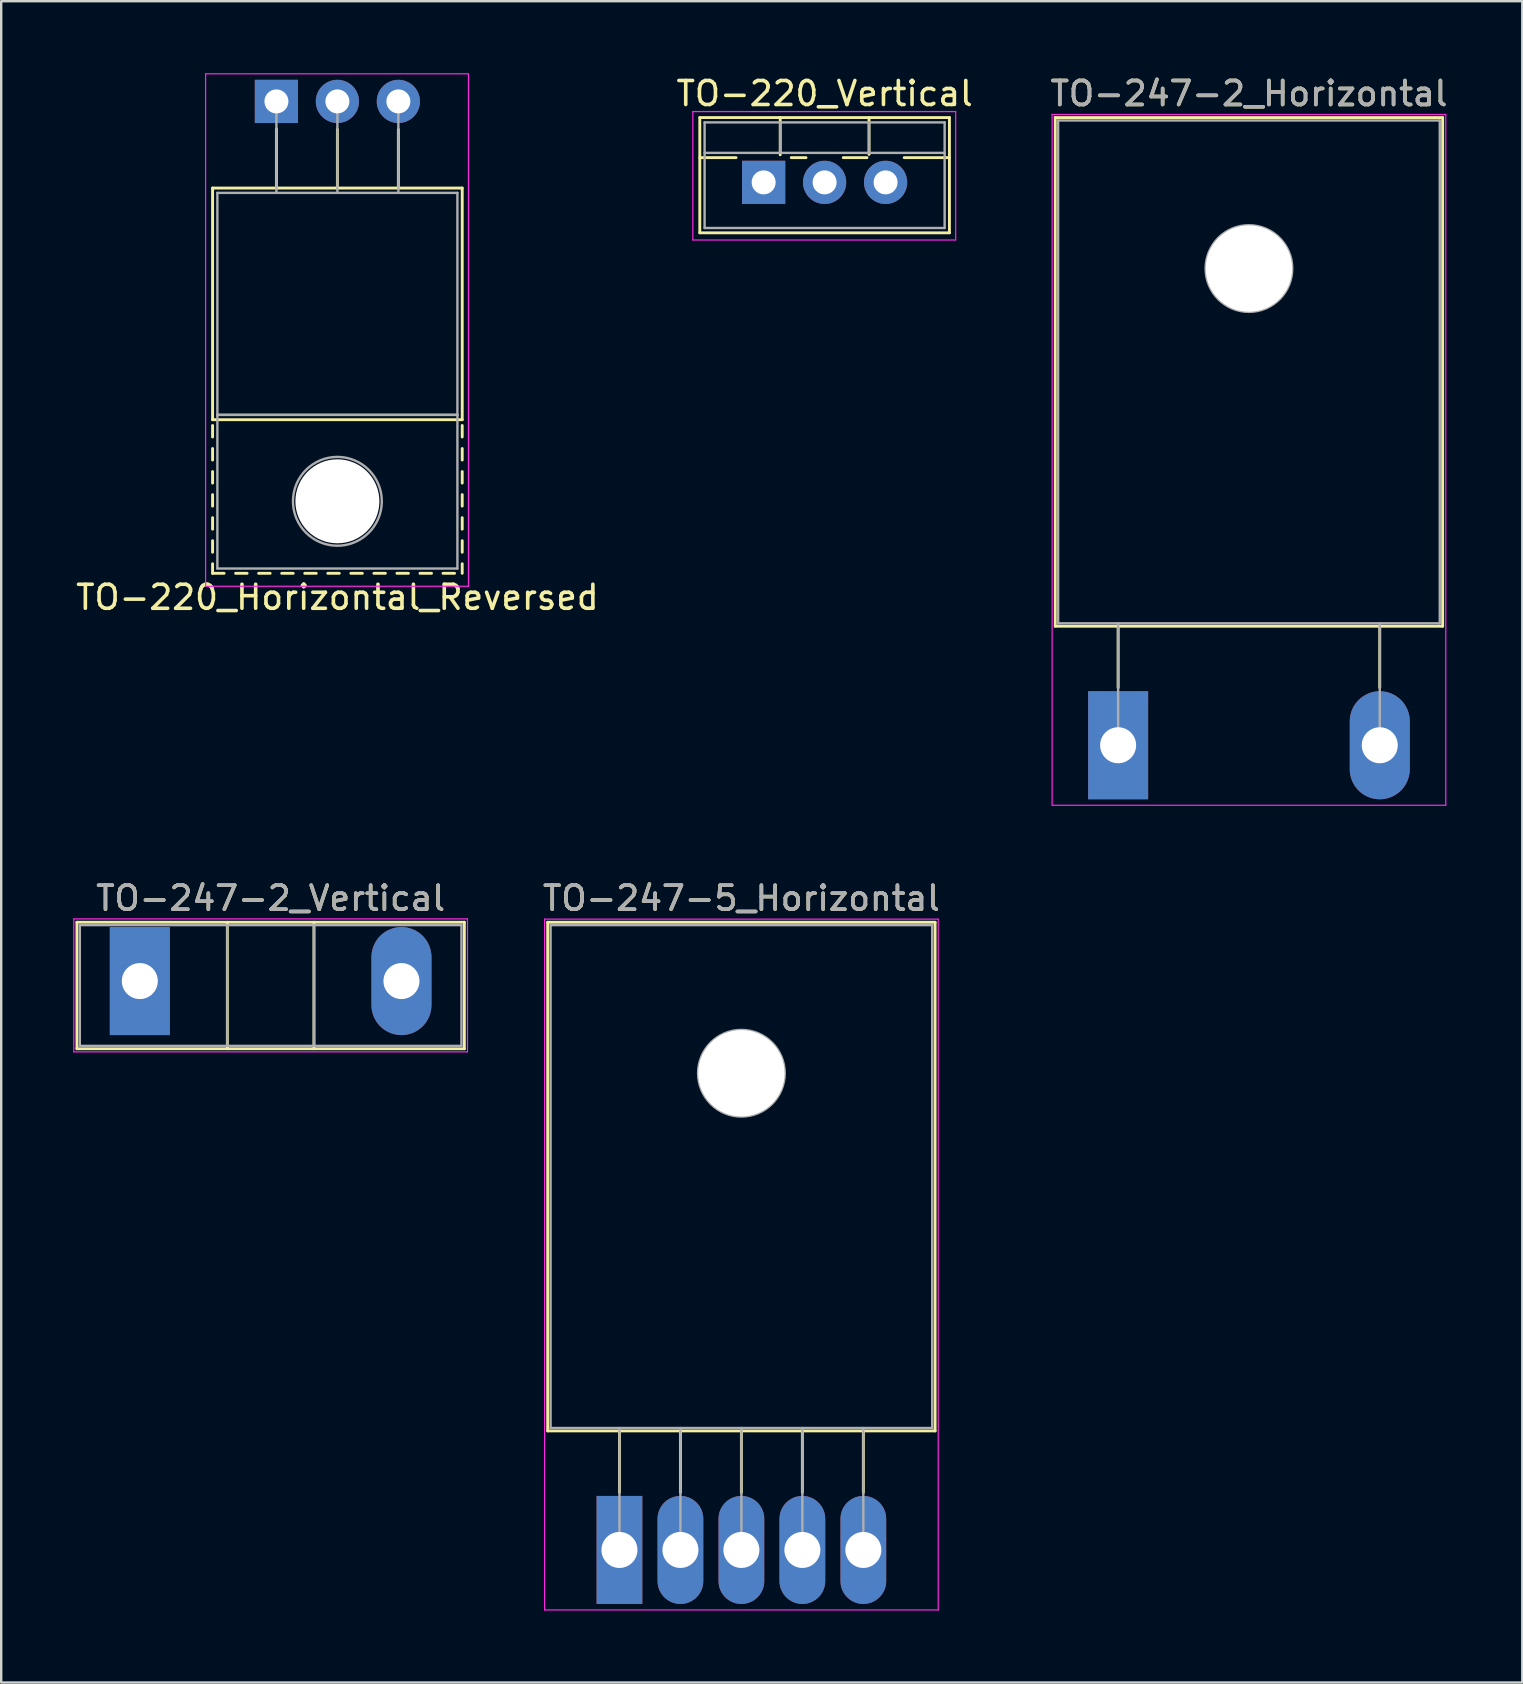
<source format=kicad_pcb>
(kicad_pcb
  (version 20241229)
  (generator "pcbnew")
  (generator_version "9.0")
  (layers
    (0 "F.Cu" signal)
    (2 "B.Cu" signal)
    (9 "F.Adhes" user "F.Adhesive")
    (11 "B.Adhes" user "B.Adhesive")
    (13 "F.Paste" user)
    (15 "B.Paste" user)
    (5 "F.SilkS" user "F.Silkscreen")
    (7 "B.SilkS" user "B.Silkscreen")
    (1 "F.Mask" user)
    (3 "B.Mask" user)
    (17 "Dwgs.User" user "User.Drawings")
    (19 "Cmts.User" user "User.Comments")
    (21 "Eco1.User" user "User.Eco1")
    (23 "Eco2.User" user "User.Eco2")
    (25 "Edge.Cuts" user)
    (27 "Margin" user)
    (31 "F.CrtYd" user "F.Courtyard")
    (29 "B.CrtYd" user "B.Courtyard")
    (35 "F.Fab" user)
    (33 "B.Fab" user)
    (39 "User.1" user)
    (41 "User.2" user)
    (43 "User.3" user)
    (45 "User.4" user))
  (footprint "TO-247-2_Vertical"
    (layer "F.Cu")
    (at 2.775 37.822)
    (property "Reference" "TO-247-2_Vertical" (at 5.45 -3.45 0) (layer "F.SilkS") (effects (font (size 1 1) (thickness 0.15))))
    (attr through_hole)
    (fp_line (start -2.62 -2.451) (end -2.62 2.82) (stroke (width 0.12) (type solid)) (layer "F.SilkS"))
    (fp_line (start -2.62 -2.451) (end 13.52 -2.451) (stroke (width 0.12) (type solid)) (layer "F.SilkS"))
    (fp_line (start -2.62 2.82) (end 13.52 2.82) (stroke (width 0.12) (type solid)) (layer "F.SilkS"))
    (fp_line (start 3.646 -2.451) (end 3.646 2.82) (stroke (width 0.12) (type solid)) (layer "F.SilkS"))
    (fp_line (start 7.255 -2.451) (end 7.255 2.82) (stroke (width 0.12) (type solid)) (layer "F.SilkS"))
    (fp_line (start 13.52 -2.451) (end 13.52 2.82) (stroke (width 0.12) (type solid)) (layer "F.SilkS"))
    (fp_line (start -2.75 -2.59) (end -2.75 2.95) (stroke (width 0.05) (type solid)) (layer "F.CrtYd"))
    (fp_line (start -2.75 2.95) (end 13.65 2.95) (stroke (width 0.05) (type solid)) (layer "F.CrtYd"))
    (fp_line (start 13.65 -2.59) (end -2.75 -2.59) (stroke (width 0.05) (type solid)) (layer "F.CrtYd"))
    (fp_line (start 13.65 2.95) (end 13.65 -2.59) (stroke (width 0.05) (type solid)) (layer "F.CrtYd"))
    (fp_line (start -2.5 -2.33) (end -2.5 2.7) (stroke (width 0.1) (type solid)) (layer "F.Fab"))
    (fp_line (start -2.5 2.7) (end 13.4 2.7) (stroke (width 0.1) (type solid)) (layer "F.Fab"))
    (fp_line (start 3.645 -2.33) (end 3.645 2.7) (stroke (width 0.1) (type solid)) (layer "F.Fab"))
    (fp_line (start 7.255 -2.33) (end 7.255 2.7) (stroke (width 0.1) (type solid)) (layer "F.Fab"))
    (fp_line (start 13.4 -2.33) (end -2.5 -2.33) (stroke (width 0.1) (type solid)) (layer "F.Fab"))
    (fp_line (start 13.4 2.7) (end 13.4 -2.33) (stroke (width 0.1) (type solid)) (layer "F.Fab"))
    (fp_text user "${REFERENCE}" (at 5.45 -3.45 0) (layer "F.Fab") (effects (font (size 1 1) (thickness 0.15))))
    (pad "1" thru_hole rect (at 0 0) (size 2.5 4.5) (drill 1.5) (layers "*.Cu" "*.Mask"))
    (pad "2" thru_hole oval (at 10.9 0) (size 2.5 4.5) (drill 1.5) (layers "*.Cu" "*.Mask")))
  (footprint "TO-247-5_Horizontal"
    (layer "F.Cu")
    (at 22.757 61.522)
    (property "Reference" "TO-247-5_Horizontal" (at 5.08 -27.15 0) (layer "F.SilkS") (effects (font (size 1 1) (thickness 0.15))))
    (attr through_hole)
    (fp_line (start -2.99 -26.15) (end -2.99 -4.96) (stroke (width 0.12) (type solid)) (layer "F.SilkS"))
    (fp_line (start -2.99 -26.15) (end 13.15 -26.15) (stroke (width 0.12) (type solid)) (layer "F.SilkS"))
    (fp_line (start -2.99 -4.96) (end 13.15 -4.96) (stroke (width 0.12) (type solid)) (layer "F.SilkS"))
    (fp_line (start 0 -4.96) (end 0 -2.4) (stroke (width 0.12) (type solid)) (layer "F.SilkS"))
    (fp_line (start 2.54 -4.96) (end 2.54 -2.4) (stroke (width 0.12) (type solid)) (layer "F.SilkS"))
    (fp_line (start 5.08 -4.96) (end 5.08 -2.4) (stroke (width 0.12) (type solid)) (layer "F.SilkS"))
    (fp_line (start 7.62 -4.96) (end 7.62 -2.4) (stroke (width 0.12) (type solid)) (layer "F.SilkS"))
    (fp_line (start 10.16 -4.96) (end 10.16 -2.4) (stroke (width 0.12) (type solid)) (layer "F.SilkS"))
    (fp_line (start 13.15 -26.15) (end 13.15 -4.96) (stroke (width 0.12) (type solid)) (layer "F.SilkS"))
    (fp_line (start -3.12 -26.28) (end -3.12 2.5) (stroke (width 0.05) (type solid)) (layer "F.CrtYd"))
    (fp_line (start -3.12 2.5) (end 13.28 2.5) (stroke (width 0.05) (type solid)) (layer "F.CrtYd"))
    (fp_line (start 13.28 -26.28) (end -3.12 -26.28) (stroke (width 0.05) (type solid)) (layer "F.CrtYd"))
    (fp_line (start 13.28 2.5) (end 13.28 -26.28) (stroke (width 0.05) (type solid)) (layer "F.CrtYd"))
    (fp_line (start -2.87 -26.03) (end 13.03 -26.03) (stroke (width 0.1) (type solid)) (layer "F.Fab"))
    (fp_line (start -2.87 -5.08) (end -2.87 -26.03) (stroke (width 0.1) (type solid)) (layer "F.Fab"))
    (fp_line (start 0 -5.08) (end 0 0) (stroke (width 0.1) (type solid)) (layer "F.Fab"))
    (fp_line (start 2.54 -5.08) (end 2.54 0) (stroke (width 0.1) (type solid)) (layer "F.Fab"))
    (fp_line (start 5.08 -5.08) (end 5.08 0) (stroke (width 0.1) (type solid)) (layer "F.Fab"))
    (fp_line (start 7.62 -5.08) (end 7.62 0) (stroke (width 0.1) (type solid)) (layer "F.Fab"))
    (fp_line (start 10.16 -5.08) (end 10.16 0) (stroke (width 0.1) (type solid)) (layer "F.Fab"))
    (fp_line (start 13.03 -26.03) (end 13.03 -5.08) (stroke (width 0.1) (type solid)) (layer "F.Fab"))
    (fp_line (start 13.03 -5.08) (end -2.87 -5.08) (stroke (width 0.1) (type solid)) (layer "F.Fab"))
    (fp_circle (center 5.08 -19.86) (end 6.885 -19.86) (stroke (width 0.1) (type solid)) (fill no) (layer "F.Fab"))
    (fp_text user "${REFERENCE}" (at 5.08 -27.15 0) (layer "F.Fab") (effects (font (size 1 1) (thickness 0.15))))
    (pad "" np_thru_hole oval (at 5.08 -19.86) (size 3.6 3.6) (drill 3.6) (layers "*.Cu" "*.Mask"))
    (pad "1" thru_hole rect (at 0 0) (size 1.905 4.5) (drill 1.5) (layers "*.Cu" "*.Mask"))
    (pad "2" thru_hole oval (at 2.54 0) (size 1.905 4.5) (drill 1.5) (layers "*.Cu" "*.Mask"))
    (pad "3" thru_hole oval (at 5.08 0) (size 1.905 4.5) (drill 1.5) (layers "*.Cu" "*.Mask"))
    (pad "4" thru_hole oval (at 7.62 0) (size 1.905 4.5) (drill 1.5) (layers "*.Cu" "*.Mask"))
    (pad "5" thru_hole oval (at 10.16 0) (size 1.905 4.5) (drill 1.5) (layers "*.Cu" "*.Mask")))
  (footprint "TO-220_Vertical"
    (layer "F.Cu")
    (at 28.764 4.548)
    (property "Reference" "TO-220_Vertical" (at 2.54 -3.7 0) (layer "F.SilkS") (effects (font (size 1 1) (thickness 0.15))))
    (attr through_hole)
    (fp_line (start -2.66 -2.7) (end -2.66 2.101) (stroke (width 0.12) (type solid)) (layer "F.SilkS"))
    (fp_line (start -2.66 -2.7) (end 7.74 -2.7) (stroke (width 0.12) (type solid)) (layer "F.SilkS"))
    (fp_line (start -2.66 -1.031) (end -1.15 -1.031) (stroke (width 0.12) (type solid)) (layer "F.SilkS"))
    (fp_line (start -2.66 2.101) (end 7.74 2.101) (stroke (width 0.12) (type solid)) (layer "F.SilkS"))
    (fp_line (start 0.69 -2.7) (end 0.69 -1.15) (stroke (width 0.12) (type solid)) (layer "F.SilkS"))
    (fp_line (start 1.15 -1.031) (end 1.765 -1.031) (stroke (width 0.12) (type solid)) (layer "F.SilkS"))
    (fp_line (start 3.316 -1.031) (end 4.305 -1.031) (stroke (width 0.12) (type solid)) (layer "F.SilkS"))
    (fp_line (start 4.391 -2.7) (end 4.391 -1.165) (stroke (width 0.12) (type solid)) (layer "F.SilkS"))
    (fp_line (start 5.856 -1.031) (end 7.74 -1.031) (stroke (width 0.12) (type solid)) (layer "F.SilkS"))
    (fp_line (start 7.74 -2.7) (end 7.74 2.101) (stroke (width 0.12) (type solid)) (layer "F.SilkS"))
    (fp_line (start -2.95 -2.95) (end -2.95 2.4) (stroke (width 0.05) (type solid)) (layer "F.CrtYd"))
    (fp_line (start -2.95 2.4) (end 8 2.4) (stroke (width 0.05) (type solid)) (layer "F.CrtYd"))
    (fp_line (start 8 -2.95) (end -2.95 -2.95) (stroke (width 0.05) (type solid)) (layer "F.CrtYd"))
    (fp_line (start 8 2.4) (end 8 -2.95) (stroke (width 0.05) (type solid)) (layer "F.CrtYd"))
    (fp_line (start -2.46 -2.5) (end -2.46 1.9) (stroke (width 0.1) (type solid)) (layer "F.Fab"))
    (fp_line (start -2.46 -1.23) (end 7.54 -1.23) (stroke (width 0.1) (type solid)) (layer "F.Fab"))
    (fp_line (start -2.46 1.9) (end 7.54 1.9) (stroke (width 0.1) (type solid)) (layer "F.Fab"))
    (fp_line (start 0.69 -2.5) (end 0.69 -1.23) (stroke (width 0.1) (type solid)) (layer "F.Fab"))
    (fp_line (start 4.39 -2.5) (end 4.39 -1.23) (stroke (width 0.1) (type solid)) (layer "F.Fab"))
    (fp_line (start 7.54 -2.5) (end -2.46 -2.5) (stroke (width 0.1) (type solid)) (layer "F.Fab"))
    (fp_line (start 7.54 1.9) (end 7.54 -2.5) (stroke (width 0.1) (type solid)) (layer "F.Fab"))
    (pad "1" thru_hole rect (at 0 0) (size 1.8 1.8) (drill 1) (layers "*.Cu" "*.Mask"))
    (pad "2" thru_hole oval (at 2.54 0) (size 1.8 1.8) (drill 1) (layers "*.Cu" "*.Mask"))
    (pad "3" thru_hole oval (at 5.08 0) (size 1.8 1.8) (drill 1) (layers "*.Cu" "*.Mask")))
  (footprint "TO-220_Horizontal_Reversed"
    (layer "F.Cu")
    (at 8.466 1.175)
    (property "Reference" "TO-220_Horizontal_Reversed" (at 2.54 20.66 0) (layer "F.SilkS") (effects (font (size 1 1) (thickness 0.15))))
    (attr through_hole)
    (fp_line (start -2.66 3.61) (end -2.66 13.26) (stroke (width 0.12) (type solid)) (layer "F.SilkS"))
    (fp_line (start -2.66 3.61) (end 7.74 3.61) (stroke (width 0.12) (type solid)) (layer "F.SilkS"))
    (fp_line (start -2.66 13.26) (end 7.74 13.26) (stroke (width 0.12) (type solid)) (layer "F.SilkS"))
    (fp_line (start -2.66 13.5) (end -2.66 13.98) (stroke (width 0.12) (type solid)) (layer "F.SilkS"))
    (fp_line (start -2.66 14.46) (end -2.66 14.941) (stroke (width 0.12) (type solid)) (layer "F.SilkS"))
    (fp_line (start -2.66 15.421) (end -2.66 15.901) (stroke (width 0.12) (type solid)) (layer "F.SilkS"))
    (fp_line (start -2.66 16.381) (end -2.66 16.861) (stroke (width 0.12) (type solid)) (layer "F.SilkS"))
    (fp_line (start -2.66 17.341) (end -2.66 17.821) (stroke (width 0.12) (type solid)) (layer "F.SilkS"))
    (fp_line (start -2.66 18.301) (end -2.66 18.781) (stroke (width 0.12) (type solid)) (layer "F.SilkS"))
    (fp_line (start -2.66 19.261) (end -2.66 19.66) (stroke (width 0.12) (type solid)) (layer "F.SilkS"))
    (fp_line (start -2.66 19.66) (end -2.18 19.66) (stroke (width 0.12) (type solid)) (layer "F.SilkS"))
    (fp_line (start -1.701 19.66) (end -1.221 19.66) (stroke (width 0.12) (type solid)) (layer "F.SilkS"))
    (fp_line (start -0.741 19.66) (end -0.261 19.66) (stroke (width 0.12) (type solid)) (layer "F.SilkS"))
    (fp_line (start 0 1.15) (end 0 3.61) (stroke (width 0.12) (type solid)) (layer "F.SilkS"))
    (fp_line (start 0.22 19.66) (end 0.7 19.66) (stroke (width 0.12) (type solid)) (layer "F.SilkS"))
    (fp_line (start 1.18 19.66) (end 1.66 19.66) (stroke (width 0.12) (type solid)) (layer "F.SilkS"))
    (fp_line (start 2.14 19.66) (end 2.62 19.66) (stroke (width 0.12) (type solid)) (layer "F.SilkS"))
    (fp_line (start 2.54 1.165) (end 2.54 3.61) (stroke (width 0.12) (type solid)) (layer "F.SilkS"))
    (fp_line (start 3.1 19.66) (end 3.58 19.66) (stroke (width 0.12) (type solid)) (layer "F.SilkS"))
    (fp_line (start 4.06 19.66) (end 4.54 19.66) (stroke (width 0.12) (type solid)) (layer "F.SilkS"))
    (fp_line (start 5.02 19.66) (end 5.5 19.66) (stroke (width 0.12) (type solid)) (layer "F.SilkS"))
    (fp_line (start 5.08 1.165) (end 5.08 3.61) (stroke (width 0.12) (type solid)) (layer "F.SilkS"))
    (fp_line (start 5.98 19.66) (end 6.461 19.66) (stroke (width 0.12) (type solid)) (layer "F.SilkS"))
    (fp_line (start 6.941 19.66) (end 7.421 19.66) (stroke (width 0.12) (type solid)) (layer "F.SilkS"))
    (fp_line (start 7.74 3.61) (end 7.74 13.26) (stroke (width 0.12) (type solid)) (layer "F.SilkS"))
    (fp_line (start 7.74 13.5) (end 7.74 13.98) (stroke (width 0.12) (type solid)) (layer "F.SilkS"))
    (fp_line (start 7.74 14.46) (end 7.74 14.941) (stroke (width 0.12) (type solid)) (layer "F.SilkS"))
    (fp_line (start 7.74 15.421) (end 7.74 15.901) (stroke (width 0.12) (type solid)) (layer "F.SilkS"))
    (fp_line (start 7.74 16.381) (end 7.74 16.861) (stroke (width 0.12) (type solid)) (layer "F.SilkS"))
    (fp_line (start 7.74 17.341) (end 7.74 17.821) (stroke (width 0.12) (type solid)) (layer "F.SilkS"))
    (fp_line (start 7.74 18.301) (end 7.74 18.781) (stroke (width 0.12) (type solid)) (layer "F.SilkS"))
    (fp_line (start 7.74 19.261) (end 7.74 19.66) (stroke (width 0.12) (type solid)) (layer "F.SilkS"))
    (fp_line (start -2.95 -1.15) (end -2.95 20.2) (stroke (width 0.05) (type solid)) (layer "F.CrtYd"))
    (fp_line (start -2.95 20.2) (end 8 20.2) (stroke (width 0.05) (type solid)) (layer "F.CrtYd"))
    (fp_line (start 8 -1.15) (end -2.95 -1.15) (stroke (width 0.05) (type solid)) (layer "F.CrtYd"))
    (fp_line (start 8 20.2) (end 8 -1.15) (stroke (width 0.05) (type solid)) (layer "F.CrtYd"))
    (fp_line (start -2.46 3.81) (end -2.46 13.06) (stroke (width 0.1) (type solid)) (layer "F.Fab"))
    (fp_line (start -2.46 13.06) (end -2.46 19.46) (stroke (width 0.1) (type solid)) (layer "F.Fab"))
    (fp_line (start -2.46 13.06) (end 7.54 13.06) (stroke (width 0.1) (type solid)) (layer "F.Fab"))
    (fp_line (start -2.46 19.46) (end 7.54 19.46) (stroke (width 0.1) (type solid)) (layer "F.Fab"))
    (fp_line (start 0 3.81) (end 0 0) (stroke (width 0.1) (type solid)) (layer "F.Fab"))
    (fp_line (start 2.54 3.81) (end 2.54 0) (stroke (width 0.1) (type solid)) (layer "F.Fab"))
    (fp_line (start 5.08 3.81) (end 5.08 0) (stroke (width 0.1) (type solid)) (layer "F.Fab"))
    (fp_line (start 7.54 3.81) (end -2.46 3.81) (stroke (width 0.1) (type solid)) (layer "F.Fab"))
    (fp_line (start 7.54 13.06) (end -2.46 13.06) (stroke (width 0.1) (type solid)) (layer "F.Fab"))
    (fp_line (start 7.54 13.06) (end 7.54 3.81) (stroke (width 0.1) (type solid)) (layer "F.Fab"))
    (fp_line (start 7.54 19.46) (end 7.54 13.06) (stroke (width 0.1) (type solid)) (layer "F.Fab"))
    (fp_circle (center 2.54 16.66) (end 4.39 16.66) (stroke (width 0.1) (type solid)) (fill no) (layer "F.Fab"))
    (pad "" np_thru_hole oval (at 2.54 16.66) (size 3.5 3.5) (drill 3.5) (layers "*.Cu" "*.Mask"))
    (pad "1" thru_hole rect (at 0 0) (size 1.8 1.8) (drill 1) (layers "*.Cu" "*.Mask"))
    (pad "2" thru_hole oval (at 2.54 0) (size 1.8 1.8) (drill 1) (layers "*.Cu" "*.Mask"))
    (pad "3" thru_hole oval (at 5.08 0) (size 1.8 1.8) (drill 1) (layers "*.Cu" "*.Mask")))
  (footprint "TO-247-2_Horizontal"
    (layer "F.Cu")
    (at 43.532 27.998)
    (property "Reference" "TO-247-2_Horizontal" (at 5.45 -27.15 0) (layer "F.SilkS") (effects (font (size 1 1) (thickness 0.15))))
    (attr through_hole)
    (fp_line (start -2.62 -26.15) (end -2.62 -4.96) (stroke (width 0.12) (type solid)) (layer "F.SilkS"))
    (fp_line (start -2.62 -26.15) (end 13.52 -26.15) (stroke (width 0.12) (type solid)) (layer "F.SilkS"))
    (fp_line (start -2.62 -4.96) (end 13.52 -4.96) (stroke (width 0.12) (type solid)) (layer "F.SilkS"))
    (fp_line (start 0 -4.96) (end 0 -2.4) (stroke (width 0.12) (type solid)) (layer "F.SilkS"))
    (fp_line (start 10.9 -4.96) (end 10.9 -2.4) (stroke (width 0.12) (type solid)) (layer "F.SilkS"))
    (fp_line (start 13.52 -26.15) (end 13.52 -4.96) (stroke (width 0.12) (type solid)) (layer "F.SilkS"))
    (fp_line (start -2.75 -26.28) (end -2.75 2.5) (stroke (width 0.05) (type solid)) (layer "F.CrtYd"))
    (fp_line (start -2.75 2.5) (end 13.65 2.5) (stroke (width 0.05) (type solid)) (layer "F.CrtYd"))
    (fp_line (start 13.65 -26.28) (end -2.75 -26.28) (stroke (width 0.05) (type solid)) (layer "F.CrtYd"))
    (fp_line (start 13.65 2.5) (end 13.65 -26.28) (stroke (width 0.05) (type solid)) (layer "F.CrtYd"))
    (fp_line (start -2.5 -26.03) (end 13.4 -26.03) (stroke (width 0.1) (type solid)) (layer "F.Fab"))
    (fp_line (start -2.5 -5.08) (end -2.5 -26.03) (stroke (width 0.1) (type solid)) (layer "F.Fab"))
    (fp_line (start 0 -5.08) (end 0 0) (stroke (width 0.1) (type solid)) (layer "F.Fab"))
    (fp_line (start 10.9 -5.08) (end 10.9 0) (stroke (width 0.1) (type solid)) (layer "F.Fab"))
    (fp_line (start 13.4 -26.03) (end 13.4 -5.08) (stroke (width 0.1) (type solid)) (layer "F.Fab"))
    (fp_line (start 13.4 -5.08) (end -2.5 -5.08) (stroke (width 0.1) (type solid)) (layer "F.Fab"))
    (fp_circle (center 5.45 -19.86) (end 7.255 -19.86) (stroke (width 0.1) (type solid)) (fill no) (layer "F.Fab"))
    (fp_text user "${REFERENCE}" (at 5.45 -27.15 0) (layer "F.Fab") (effects (font (size 1 1) (thickness 0.15))))
    (pad "" np_thru_hole oval (at 5.45 -19.86) (size 3.6 3.6) (drill 3.6) (layers "*.Cu" "*.Mask"))
    (pad "1" thru_hole rect (at 0 0) (size 2.5 4.5) (drill 1.5) (layers "*.Cu" "*.Mask"))
    (pad "2" thru_hole oval (at 10.9 0) (size 2.5 4.5) (drill 1.5) (layers "*.Cu" "*.Mask")))
  (gr_rect
    (start -3 -3)
    (end 60.369 67.046)
    (stroke (width 0.1) (type default))
    (fill no)
    (layer "Edge.Cuts")))
</source>
